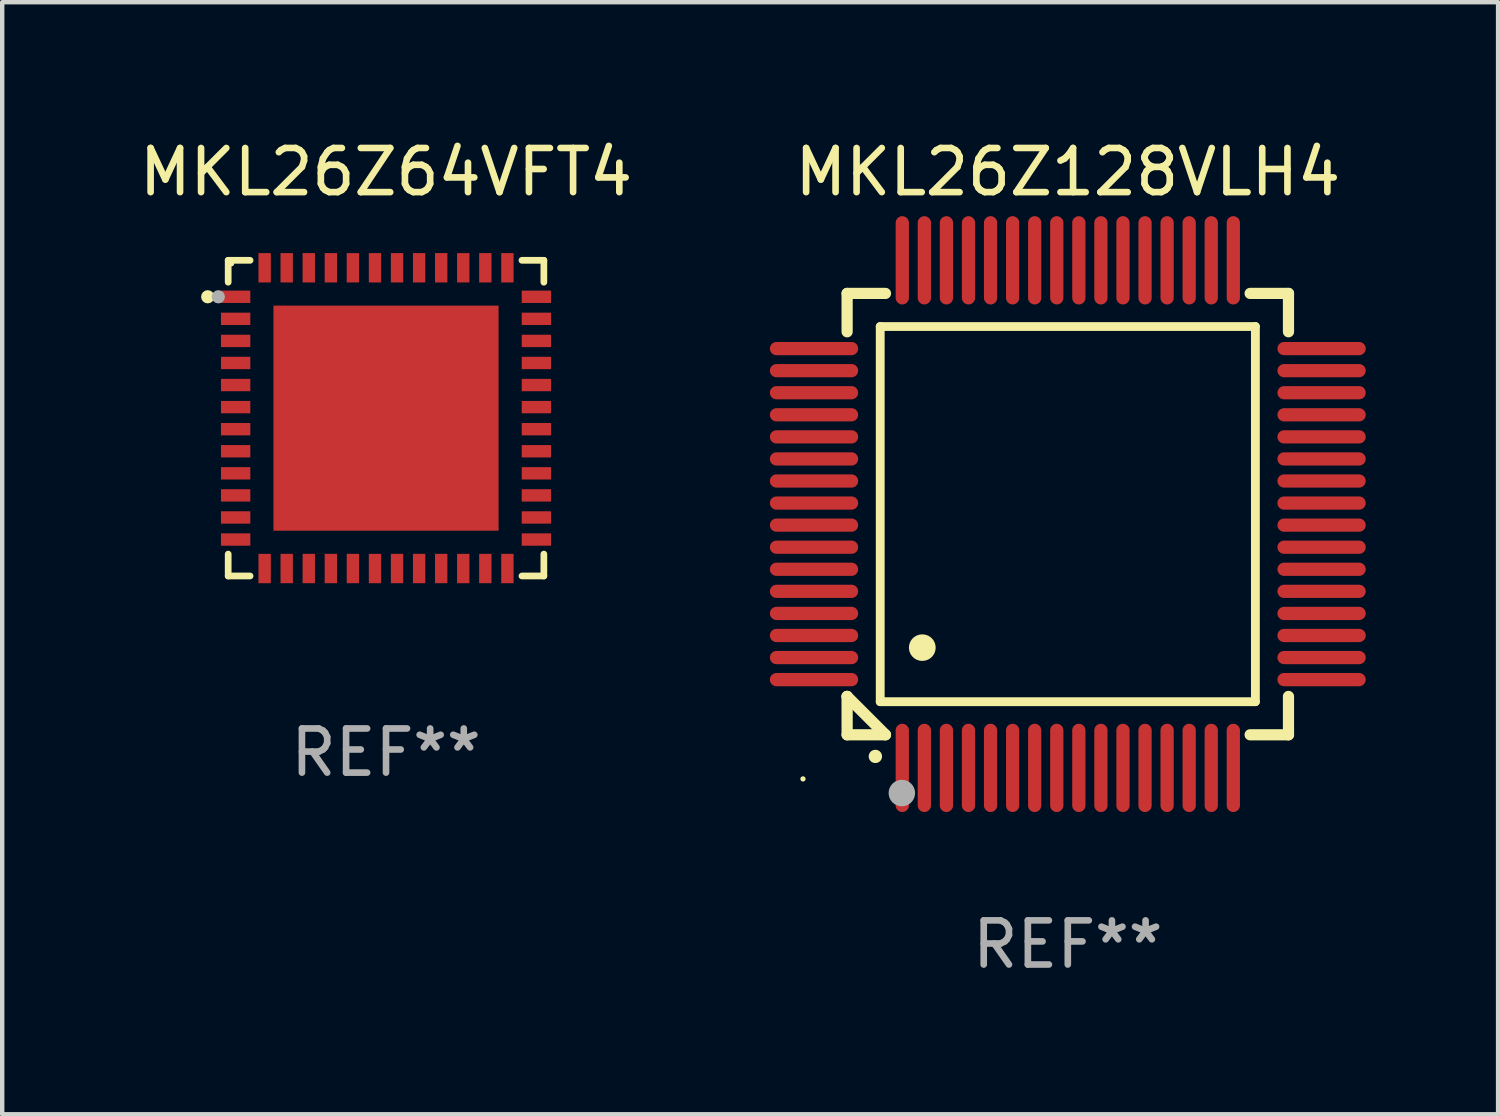
<source format=kicad_pcb>
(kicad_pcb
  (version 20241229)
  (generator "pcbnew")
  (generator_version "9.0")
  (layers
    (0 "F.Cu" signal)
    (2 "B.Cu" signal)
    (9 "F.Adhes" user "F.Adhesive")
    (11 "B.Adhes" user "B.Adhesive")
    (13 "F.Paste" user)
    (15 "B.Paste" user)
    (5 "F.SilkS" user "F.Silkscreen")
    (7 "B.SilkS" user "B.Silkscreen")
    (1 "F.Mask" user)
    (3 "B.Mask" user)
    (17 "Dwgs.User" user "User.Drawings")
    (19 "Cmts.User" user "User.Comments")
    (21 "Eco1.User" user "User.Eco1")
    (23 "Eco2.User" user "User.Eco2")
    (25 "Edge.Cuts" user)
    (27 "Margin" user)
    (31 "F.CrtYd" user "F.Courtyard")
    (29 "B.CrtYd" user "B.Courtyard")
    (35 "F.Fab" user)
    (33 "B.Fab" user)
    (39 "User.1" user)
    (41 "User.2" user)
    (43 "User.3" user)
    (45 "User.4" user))
  (footprint "MKL26Z128VLH4"
    (layer "F.Cu")
    (at 21.143 8.598)
    (property "Reference" "MKL26Z128VLH4" (at 0 -7.75 0) (layer "F.SilkS") (effects (font (size 1 1) (thickness 0.15))))
    (attr through_hole)
    (fp_line (start -5 -5) (end -4.131 -5) (stroke (width 0.254) (type solid)) (layer "F.SilkS"))
    (fp_line (start -5 -4.131) (end -5 -5) (stroke (width 0.254) (type solid)) (layer "F.SilkS"))
    (fp_line (start -5 4.131) (end -5 4.131) (stroke (width 0.254) (type solid)) (layer "F.SilkS"))
    (fp_line (start -5 5) (end -5 4.131) (stroke (width 0.254) (type solid)) (layer "F.SilkS"))
    (fp_line (start -5 4.131) (end -4.131 5) (stroke (width 0.254) (type solid)) (layer "F.SilkS"))
    (fp_line (start -4.25 -4.25) (end -4.25 4.25) (stroke (width 0.2) (type solid)) (layer "F.SilkS"))
    (fp_line (start -4.25 4.25) (end 4.25 4.25) (stroke (width 0.2) (type solid)) (layer "F.SilkS"))
    (fp_line (start -4.131 5) (end -5 5) (stroke (width 0.254) (type solid)) (layer "F.SilkS"))
    (fp_line (start 4.25 -4.25) (end -4.25 -4.25) (stroke (width 0.2) (type solid)) (layer "F.SilkS"))
    (fp_line (start 4.25 4.25) (end 4.25 -4.25) (stroke (width 0.2) (type solid)) (layer "F.SilkS"))
    (fp_line (start 5 -5) (end 4.131 -5) (stroke (width 0.254) (type solid)) (layer "F.SilkS"))
    (fp_line (start 5 -5) (end 5 -4.131) (stroke (width 0.254) (type solid)) (layer "F.SilkS"))
    (fp_line (start 5 4.131) (end 5 5) (stroke (width 0.254) (type solid)) (layer "F.SilkS"))
    (fp_line (start 5 5) (end 4.131 5) (stroke (width 0.254) (type solid)) (layer "F.SilkS"))
    (fp_arc (start -4.361265 5.489992) (mid -4.359995 5.489987) (end -4.358725 5.489992) (stroke (width 0.3) (type solid)) (layer "F.SilkS"))
    (fp_arc (start -3.299467 3.025146) (mid -3.296927 3.025135) (end -3.294387 3.025146) (stroke (width 0.6) (type solid)) (layer "F.SilkS"))
    (fp_circle (center -6 6) (end -5.97 6) (stroke (width 0.06) (type solid)) (fill no) (layer "F.SilkS"))
    (fp_circle (center -3.76 6.32) (end -3.61 6.32) (stroke (width 0.3) (type solid)) (fill no) (layer "F.Fab"))
    (fp_text user "REF**" (at 0 9.75 0) (layer "F.Fab") (effects (font (size 1 1) (thickness 0.15))))
    (pad "1" smd oval (at -3.75 5.75) (size 0.3 2) (layers "F.Cu" "F.Mask" "F.Paste"))
    (pad "2" smd oval (at -3.25 5.75) (size 0.3 2) (layers "F.Cu" "F.Mask" "F.Paste"))
    (pad "3" smd oval (at -2.75 5.75) (size 0.3 2) (layers "F.Cu" "F.Mask" "F.Paste"))
    (pad "4" smd oval (at -2.25 5.75) (size 0.3 2) (layers "F.Cu" "F.Mask" "F.Paste"))
    (pad "5" smd oval (at -1.75 5.75) (size 0.3 2) (layers "F.Cu" "F.Mask" "F.Paste"))
    (pad "6" smd oval (at -1.25 5.75) (size 0.3 2) (layers "F.Cu" "F.Mask" "F.Paste"))
    (pad "7" smd oval (at -0.75 5.75) (size 0.3 2) (layers "F.Cu" "F.Mask" "F.Paste"))
    (pad "8" smd oval (at -0.25 5.75) (size 0.3 2) (layers "F.Cu" "F.Mask" "F.Paste"))
    (pad "9" smd oval (at 0.25 5.75) (size 0.3 2) (layers "F.Cu" "F.Mask" "F.Paste"))
    (pad "10" smd oval (at 0.75 5.75) (size 0.3 2) (layers "F.Cu" "F.Mask" "F.Paste"))
    (pad "11" smd oval (at 1.25 5.75) (size 0.3 2) (layers "F.Cu" "F.Mask" "F.Paste"))
    (pad "12" smd oval (at 1.75 5.75) (size 0.3 2) (layers "F.Cu" "F.Mask" "F.Paste"))
    (pad "13" smd oval (at 2.25 5.75) (size 0.3 2) (layers "F.Cu" "F.Mask" "F.Paste"))
    (pad "14" smd oval (at 2.75 5.75) (size 0.3 2) (layers "F.Cu" "F.Mask" "F.Paste"))
    (pad "15" smd oval (at 3.25 5.75) (size 0.3 2) (layers "F.Cu" "F.Mask" "F.Paste"))
    (pad "16" smd oval (at 3.75 5.75) (size 0.3 2) (layers "F.Cu" "F.Mask" "F.Paste"))
    (pad "17" smd oval (at 5.75 3.75) (size 2 0.3) (layers "F.Cu" "F.Mask" "F.Paste"))
    (pad "18" smd oval (at 5.75 3.25) (size 2 0.3) (layers "F.Cu" "F.Mask" "F.Paste"))
    (pad "19" smd oval (at 5.75 2.75) (size 2 0.3) (layers "F.Cu" "F.Mask" "F.Paste"))
    (pad "20" smd oval (at 5.75 2.25) (size 2 0.3) (layers "F.Cu" "F.Mask" "F.Paste"))
    (pad "21" smd oval (at 5.75 1.75) (size 2 0.3) (layers "F.Cu" "F.Mask" "F.Paste"))
    (pad "22" smd oval (at 5.75 1.25) (size 2 0.3) (layers "F.Cu" "F.Mask" "F.Paste"))
    (pad "23" smd oval (at 5.75 0.75) (size 2 0.3) (layers "F.Cu" "F.Mask" "F.Paste"))
    (pad "24" smd oval (at 5.75 0.25) (size 2 0.3) (layers "F.Cu" "F.Mask" "F.Paste"))
    (pad "25" smd oval (at 5.75 -0.25) (size 2 0.3) (layers "F.Cu" "F.Mask" "F.Paste"))
    (pad "26" smd oval (at 5.75 -0.75) (size 2 0.3) (layers "F.Cu" "F.Mask" "F.Paste"))
    (pad "27" smd oval (at 5.75 -1.25) (size 2 0.3) (layers "F.Cu" "F.Mask" "F.Paste"))
    (pad "28" smd oval (at 5.75 -1.75) (size 2 0.3) (layers "F.Cu" "F.Mask" "F.Paste"))
    (pad "29" smd oval (at 5.75 -2.25) (size 2 0.3) (layers "F.Cu" "F.Mask" "F.Paste"))
    (pad "30" smd oval (at 5.75 -2.75) (size 2 0.3) (layers "F.Cu" "F.Mask" "F.Paste"))
    (pad "31" smd oval (at 5.75 -3.25) (size 2 0.3) (layers "F.Cu" "F.Mask" "F.Paste"))
    (pad "32" smd oval (at 5.75 -3.75) (size 2 0.3) (layers "F.Cu" "F.Mask" "F.Paste"))
    (pad "33" smd oval (at 3.75 -5.75) (size 0.3 2) (layers "F.Cu" "F.Mask" "F.Paste"))
    (pad "34" smd oval (at 3.25 -5.75) (size 0.3 2) (layers "F.Cu" "F.Mask" "F.Paste"))
    (pad "35" smd oval (at 2.75 -5.75) (size 0.3 2) (layers "F.Cu" "F.Mask" "F.Paste"))
    (pad "36" smd oval (at 2.25 -5.75) (size 0.3 2) (layers "F.Cu" "F.Mask" "F.Paste"))
    (pad "37" smd oval (at 1.75 -5.75) (size 0.3 2) (layers "F.Cu" "F.Mask" "F.Paste"))
    (pad "38" smd oval (at 1.25 -5.75) (size 0.3 2) (layers "F.Cu" "F.Mask" "F.Paste"))
    (pad "39" smd oval (at 0.75 -5.75) (size 0.3 2) (layers "F.Cu" "F.Mask" "F.Paste"))
    (pad "40" smd oval (at 0.25 -5.75) (size 0.3 2) (layers "F.Cu" "F.Mask" "F.Paste"))
    (pad "41" smd oval (at -0.25 -5.75) (size 0.3 2) (layers "F.Cu" "F.Mask" "F.Paste"))
    (pad "42" smd oval (at -0.75 -5.75) (size 0.3 2) (layers "F.Cu" "F.Mask" "F.Paste"))
    (pad "43" smd oval (at -1.25 -5.75) (size 0.3 2) (layers "F.Cu" "F.Mask" "F.Paste"))
    (pad "44" smd oval (at -1.75 -5.75) (size 0.3 2) (layers "F.Cu" "F.Mask" "F.Paste"))
    (pad "45" smd oval (at -2.25 -5.75) (size 0.3 2) (layers "F.Cu" "F.Mask" "F.Paste"))
    (pad "46" smd oval (at -2.75 -5.75) (size 0.3 2) (layers "F.Cu" "F.Mask" "F.Paste"))
    (pad "47" smd oval (at -3.25 -5.75) (size 0.3 2) (layers "F.Cu" "F.Mask" "F.Paste"))
    (pad "48" smd oval (at -3.75 -5.75) (size 0.3 2) (layers "F.Cu" "F.Mask" "F.Paste"))
    (pad "49" smd oval (at -5.75 -3.75) (size 2 0.3) (layers "F.Cu" "F.Mask" "F.Paste"))
    (pad "50" smd oval (at -5.75 -3.25) (size 2 0.3) (layers "F.Cu" "F.Mask" "F.Paste"))
    (pad "51" smd oval (at -5.75 -2.75) (size 2 0.3) (layers "F.Cu" "F.Mask" "F.Paste"))
    (pad "52" smd oval (at -5.75 -2.25) (size 2 0.3) (layers "F.Cu" "F.Mask" "F.Paste"))
    (pad "53" smd oval (at -5.75 -1.75) (size 2 0.3) (layers "F.Cu" "F.Mask" "F.Paste"))
    (pad "54" smd oval (at -5.75 -1.25) (size 2 0.3) (layers "F.Cu" "F.Mask" "F.Paste"))
    (pad "55" smd oval (at -5.75 -0.75) (size 2 0.3) (layers "F.Cu" "F.Mask" "F.Paste"))
    (pad "56" smd oval (at -5.75 -0.25) (size 2 0.3) (layers "F.Cu" "F.Mask" "F.Paste"))
    (pad "57" smd oval (at -5.75 0.25) (size 2 0.3) (layers "F.Cu" "F.Mask" "F.Paste"))
    (pad "58" smd oval (at -5.75 0.75) (size 2 0.3) (layers "F.Cu" "F.Mask" "F.Paste"))
    (pad "59" smd oval (at -5.75 1.25) (size 2 0.3) (layers "F.Cu" "F.Mask" "F.Paste"))
    (pad "60" smd oval (at -5.75 1.75) (size 2 0.3) (layers "F.Cu" "F.Mask" "F.Paste"))
    (pad "61" smd oval (at -5.75 2.25) (size 2 0.3) (layers "F.Cu" "F.Mask" "F.Paste"))
    (pad "62" smd oval (at -5.75 2.75) (size 2 0.3) (layers "F.Cu" "F.Mask" "F.Paste"))
    (pad "63" smd oval (at -5.75 3.25) (size 2 0.3) (layers "F.Cu" "F.Mask" "F.Paste"))
    (pad "64" smd oval (at -5.75 3.75) (size 2 0.3) (layers "F.Cu" "F.Mask" "F.Paste")))
  (footprint "MKL26Z64VFT4"
    (layer "F.Cu")
    (at 5.696 6.424)
    (property "Reference" "MKL26Z64VFT4" (at 0 -5.576 0) (layer "F.SilkS") (effects (font (size 1 1) (thickness 0.15))))
    (attr through_hole)
    (fp_line (start -3.576 -3.576) (end -3.576 -3.08) (stroke (width 0.152) (type solid)) (layer "F.SilkS"))
    (fp_line (start -3.576 3.576) (end -3.576 3.08) (stroke (width 0.152) (type solid)) (layer "F.SilkS"))
    (fp_line (start -3.08 -3.576) (end -3.576 -3.576) (stroke (width 0.152) (type solid)) (layer "F.SilkS"))
    (fp_line (start -3.08 3.576) (end -3.576 3.576) (stroke (width 0.152) (type solid)) (layer "F.SilkS"))
    (fp_line (start 3.08 -3.576) (end 3.576 -3.576) (stroke (width 0.152) (type solid)) (layer "F.SilkS"))
    (fp_line (start 3.08 3.576) (end 3.576 3.576) (stroke (width 0.152) (type solid)) (layer "F.SilkS"))
    (fp_line (start 3.576 -3.576) (end 3.576 -3.08) (stroke (width 0.152) (type solid)) (layer "F.SilkS"))
    (fp_line (start 3.576 3.576) (end 3.576 3.08) (stroke (width 0.152) (type solid)) (layer "F.SilkS"))
    (fp_circle (center -4.04 -2.75) (end -3.965 -2.75) (stroke (width 0.15) (type solid)) (fill no) (layer "F.SilkS"))
    (fp_circle (center -3.5 -3.5) (end -3.47 -3.5) (stroke (width 0.06) (type solid)) (fill no) (layer "F.SilkS"))
    (fp_circle (center -3.8 -2.75) (end -3.725 -2.75) (stroke (width 0.15) (type solid)) (fill no) (layer "F.Fab"))
    (fp_text user "REF**" (at 0 7.576 0) (layer "F.Fab") (effects (font (size 1 1) (thickness 0.15))))
    (pad "1" smd rect (at -3.407 -2.75) (size 0.665 0.28) (layers "F.Cu" "F.Mask" "F.Paste"))
    (pad "2" smd rect (at -3.407 -2.25) (size 0.665 0.28) (layers "F.Cu" "F.Mask" "F.Paste"))
    (pad "3" smd rect (at -3.407 -1.75) (size 0.665 0.28) (layers "F.Cu" "F.Mask" "F.Paste"))
    (pad "4" smd rect (at -3.407 -1.25) (size 0.665 0.28) (layers "F.Cu" "F.Mask" "F.Paste"))
    (pad "5" smd rect (at -3.407 -0.75) (size 0.665 0.28) (layers "F.Cu" "F.Mask" "F.Paste"))
    (pad "6" smd rect (at -3.407 -0.25) (size 0.665 0.28) (layers "F.Cu" "F.Mask" "F.Paste"))
    (pad "7" smd rect (at -3.407 0.25) (size 0.665 0.28) (layers "F.Cu" "F.Mask" "F.Paste"))
    (pad "8" smd rect (at -3.407 0.75) (size 0.665 0.28) (layers "F.Cu" "F.Mask" "F.Paste"))
    (pad "9" smd rect (at -3.407 1.25) (size 0.665 0.28) (layers "F.Cu" "F.Mask" "F.Paste"))
    (pad "10" smd rect (at -3.407 1.75) (size 0.665 0.28) (layers "F.Cu" "F.Mask" "F.Paste"))
    (pad "11" smd rect (at -3.407 2.25) (size 0.665 0.28) (layers "F.Cu" "F.Mask" "F.Paste"))
    (pad "12" smd rect (at -3.407 2.75) (size 0.665 0.28) (layers "F.Cu" "F.Mask" "F.Paste"))
    (pad "13" smd rect (at -2.75 3.407) (size 0.28 0.665) (layers "F.Cu" "F.Mask" "F.Paste"))
    (pad "14" smd rect (at -2.25 3.407) (size 0.28 0.665) (layers "F.Cu" "F.Mask" "F.Paste"))
    (pad "15" smd rect (at -1.75 3.407) (size 0.28 0.665) (layers "F.Cu" "F.Mask" "F.Paste"))
    (pad "16" smd rect (at -1.25 3.407) (size 0.28 0.665) (layers "F.Cu" "F.Mask" "F.Paste"))
    (pad "17" smd rect (at -0.75 3.407) (size 0.28 0.665) (layers "F.Cu" "F.Mask" "F.Paste"))
    (pad "18" smd rect (at -0.25 3.407) (size 0.28 0.665) (layers "F.Cu" "F.Mask" "F.Paste"))
    (pad "19" smd rect (at 0.25 3.407) (size 0.28 0.665) (layers "F.Cu" "F.Mask" "F.Paste"))
    (pad "20" smd rect (at 0.75 3.407) (size 0.28 0.665) (layers "F.Cu" "F.Mask" "F.Paste"))
    (pad "21" smd rect (at 1.25 3.407) (size 0.28 0.665) (layers "F.Cu" "F.Mask" "F.Paste"))
    (pad "22" smd rect (at 1.75 3.407) (size 0.28 0.665) (layers "F.Cu" "F.Mask" "F.Paste"))
    (pad "23" smd rect (at 2.25 3.407) (size 0.28 0.665) (layers "F.Cu" "F.Mask" "F.Paste"))
    (pad "24" smd rect (at 2.75 3.407) (size 0.28 0.665) (layers "F.Cu" "F.Mask" "F.Paste"))
    (pad "25" smd rect (at 3.407 2.75) (size 0.665 0.28) (layers "F.Cu" "F.Mask" "F.Paste"))
    (pad "26" smd rect (at 3.407 2.25) (size 0.665 0.28) (layers "F.Cu" "F.Mask" "F.Paste"))
    (pad "27" smd rect (at 3.407 1.75) (size 0.665 0.28) (layers "F.Cu" "F.Mask" "F.Paste"))
    (pad "28" smd rect (at 3.407 1.25) (size 0.665 0.28) (layers "F.Cu" "F.Mask" "F.Paste"))
    (pad "29" smd rect (at 3.407 0.75) (size 0.665 0.28) (layers "F.Cu" "F.Mask" "F.Paste"))
    (pad "30" smd rect (at 3.407 0.25) (size 0.665 0.28) (layers "F.Cu" "F.Mask" "F.Paste"))
    (pad "31" smd rect (at 3.407 -0.25) (size 0.665 0.28) (layers "F.Cu" "F.Mask" "F.Paste"))
    (pad "32" smd rect (at 3.407 -0.75) (size 0.665 0.28) (layers "F.Cu" "F.Mask" "F.Paste"))
    (pad "33" smd rect (at 3.407 -1.25) (size 0.665 0.28) (layers "F.Cu" "F.Mask" "F.Paste"))
    (pad "34" smd rect (at 3.407 -1.75) (size 0.665 0.28) (layers "F.Cu" "F.Mask" "F.Paste"))
    (pad "35" smd rect (at 3.407 -2.25) (size 0.665 0.28) (layers "F.Cu" "F.Mask" "F.Paste"))
    (pad "36" smd rect (at 3.407 -2.75) (size 0.665 0.28) (layers "F.Cu" "F.Mask" "F.Paste"))
    (pad "37" smd rect (at 2.75 -3.407) (size 0.28 0.665) (layers "F.Cu" "F.Mask" "F.Paste"))
    (pad "38" smd rect (at 2.25 -3.407) (size 0.28 0.665) (layers "F.Cu" "F.Mask" "F.Paste"))
    (pad "39" smd rect (at 1.75 -3.407) (size 0.28 0.665) (layers "F.Cu" "F.Mask" "F.Paste"))
    (pad "40" smd rect (at 1.25 -3.407) (size 0.28 0.665) (layers "F.Cu" "F.Mask" "F.Paste"))
    (pad "41" smd rect (at 0.75 -3.407) (size 0.28 0.665) (layers "F.Cu" "F.Mask" "F.Paste"))
    (pad "42" smd rect (at 0.25 -3.407) (size 0.28 0.665) (layers "F.Cu" "F.Mask" "F.Paste"))
    (pad "43" smd rect (at -0.25 -3.407) (size 0.28 0.665) (layers "F.Cu" "F.Mask" "F.Paste"))
    (pad "44" smd rect (at -0.75 -3.407) (size 0.28 0.665) (layers "F.Cu" "F.Mask" "F.Paste"))
    (pad "45" smd rect (at -1.25 -3.407) (size 0.28 0.665) (layers "F.Cu" "F.Mask" "F.Paste"))
    (pad "46" smd rect (at -1.75 -3.407) (size 0.28 0.665) (layers "F.Cu" "F.Mask" "F.Paste"))
    (pad "47" smd rect (at -2.25 -3.407) (size 0.28 0.665) (layers "F.Cu" "F.Mask" "F.Paste"))
    (pad "48" smd rect (at -2.75 -3.407) (size 0.28 0.665) (layers "F.Cu" "F.Mask" "F.Paste"))
    (pad "49" smd rect (at 0 0) (size 5.1 5.1) (layers "F.Cu" "F.Mask" "F.Paste")))
  (gr_rect
    (start -3 -3)
    (end 30.892 22.196)
    (stroke (width 0.1) (type default))
    (fill no)
    (layer "Edge.Cuts")))
</source>
